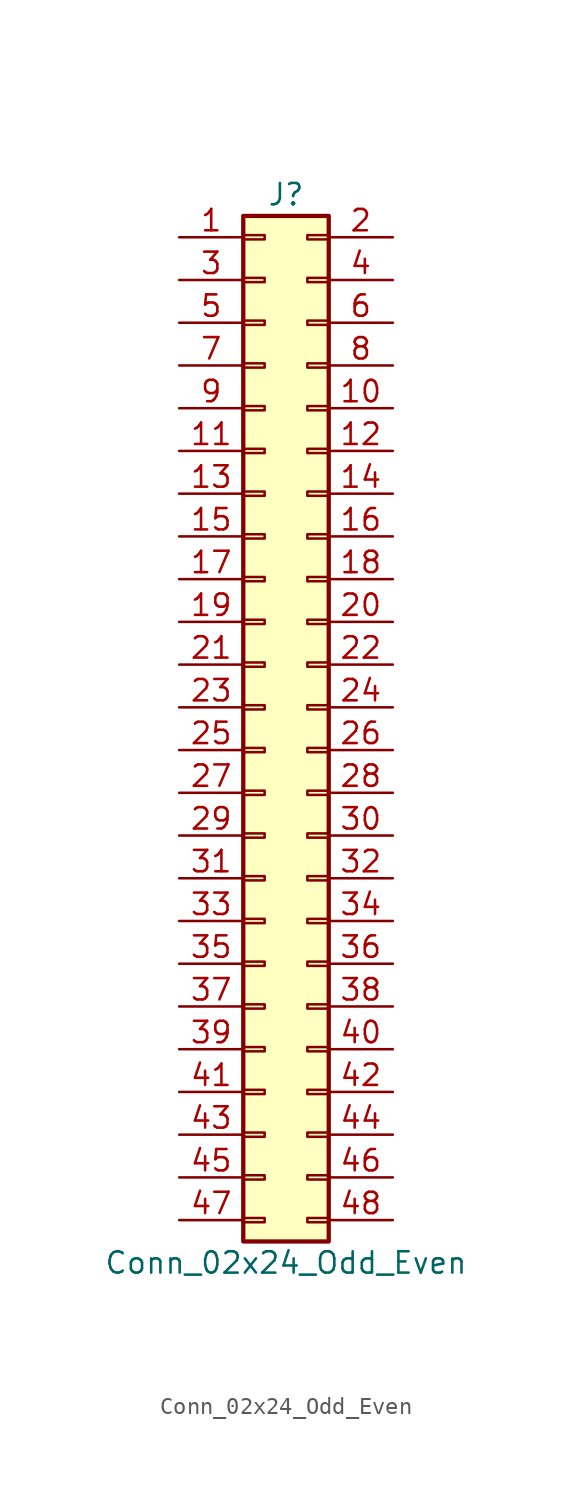
<source format=kicad_sym>
(kicad_symbol_lib
  (version 20211014)
  (generator kicad_symbol_editor)
  (symbol "Conn_02x24_Odd_Even"
    (pin_names
      (offset 1.016) hide)
    (property "Reference" "J"
      (at 1.27 30.48 0)
      (effects (font (size 1.27 1.27))))
    (property "Value" "Conn_02x24_Odd_Even"
      (at 1.27 -33.02 0)
      (effects (font (size 1.27 1.27))))
    (symbol "Conn_02x24_Odd_Even_1_1"
      (rectangle (start -1.27 -30.353) (end 0 -30.607) (stroke (width 0.152) (type default) (color 0 0 0 0)) (fill (type none)))
      (rectangle (start -1.27 -27.813) (end 0 -28.067) (stroke (width 0.152) (type default) (color 0 0 0 0)) (fill (type none)))
      (rectangle (start -1.27 -25.273) (end 0 -25.527) (stroke (width 0.152) (type default) (color 0 0 0 0)) (fill (type none)))
      (rectangle (start -1.27 -22.733) (end 0 -22.987) (stroke (width 0.152) (type default) (color 0 0 0 0)) (fill (type none)))
      (rectangle (start -1.27 -20.193) (end 0 -20.447) (stroke (width 0.152) (type default) (color 0 0 0 0)) (fill (type none)))
      (rectangle (start -1.27 -17.653) (end 0 -17.907) (stroke (width 0.152) (type default) (color 0 0 0 0)) (fill (type none)))
      (rectangle (start -1.27 -15.113) (end 0 -15.367) (stroke (width 0.152) (type default) (color 0 0 0 0)) (fill (type none)))
      (rectangle (start -1.27 -12.573) (end 0 -12.827) (stroke (width 0.152) (type default) (color 0 0 0 0)) (fill (type none)))
      (rectangle (start -1.27 -10.033) (end 0 -10.287) (stroke (width 0.152) (type default) (color 0 0 0 0)) (fill (type none)))
      (rectangle (start -1.27 -7.493) (end 0 -7.747) (stroke (width 0.152) (type default) (color 0 0 0 0)) (fill (type none)))
      (rectangle (start -1.27 -4.953) (end 0 -5.207) (stroke (width 0.152) (type default) (color 0 0 0 0)) (fill (type none)))
      (rectangle (start -1.27 -2.413) (end 0 -2.667) (stroke (width 0.152) (type default) (color 0 0 0 0)) (fill (type none)))
      (rectangle (start -1.27 0.127) (end 0 -0.127) (stroke (width 0.152) (type default) (color 0 0 0 0)) (fill (type none)))
      (rectangle (start -1.27 2.667) (end 0 2.413) (stroke (width 0.152) (type default) (color 0 0 0 0)) (fill (type none)))
      (rectangle (start -1.27 5.207) (end 0 4.953) (stroke (width 0.152) (type default) (color 0 0 0 0)) (fill (type none)))
      (rectangle (start -1.27 7.747) (end 0 7.493) (stroke (width 0.152) (type default) (color 0 0 0 0)) (fill (type none)))
      (rectangle (start -1.27 10.287) (end 0 10.033) (stroke (width 0.152) (type default) (color 0 0 0 0)) (fill (type none)))
      (rectangle (start -1.27 12.827) (end 0 12.573) (stroke (width 0.152) (type default) (color 0 0 0 0)) (fill (type none)))
      (rectangle (start -1.27 15.367) (end 0 15.113) (stroke (width 0.152) (type default) (color 0 0 0 0)) (fill (type none)))
      (rectangle (start -1.27 17.907) (end 0 17.653) (stroke (width 0.152) (type default) (color 0 0 0 0)) (fill (type none)))
      (rectangle (start -1.27 20.447) (end 0 20.193) (stroke (width 0.152) (type default) (color 0 0 0 0)) (fill (type none)))
      (rectangle (start -1.27 22.987) (end 0 22.733) (stroke (width 0.152) (type default) (color 0 0 0 0)) (fill (type none)))
      (rectangle (start -1.27 25.527) (end 0 25.273) (stroke (width 0.152) (type default) (color 0 0 0 0)) (fill (type none)))
      (rectangle (start -1.27 28.067) (end 0 27.813) (stroke (width 0.152) (type default) (color 0 0 0 0)) (fill (type none)))
      (rectangle (start -1.27 29.21) (end 3.81 -31.75) (stroke (width 0.254) (type default) (color 0 0 0 0)) (fill (type background)))
      (rectangle (start 3.81 -30.353) (end 2.54 -30.607) (stroke (width 0.152) (type default) (color 0 0 0 0)) (fill (type none)))
      (rectangle (start 3.81 -27.813) (end 2.54 -28.067) (stroke (width 0.152) (type default) (color 0 0 0 0)) (fill (type none)))
      (rectangle (start 3.81 -25.273) (end 2.54 -25.527) (stroke (width 0.152) (type default) (color 0 0 0 0)) (fill (type none)))
      (rectangle (start 3.81 -22.733) (end 2.54 -22.987) (stroke (width 0.152) (type default) (color 0 0 0 0)) (fill (type none)))
      (rectangle (start 3.81 -20.193) (end 2.54 -20.447) (stroke (width 0.152) (type default) (color 0 0 0 0)) (fill (type none)))
      (rectangle (start 3.81 -17.653) (end 2.54 -17.907) (stroke (width 0.152) (type default) (color 0 0 0 0)) (fill (type none)))
      (rectangle (start 3.81 -15.113) (end 2.54 -15.367) (stroke (width 0.152) (type default) (color 0 0 0 0)) (fill (type none)))
      (rectangle (start 3.81 -12.573) (end 2.54 -12.827) (stroke (width 0.152) (type default) (color 0 0 0 0)) (fill (type none)))
      (rectangle (start 3.81 -10.033) (end 2.54 -10.287) (stroke (width 0.152) (type default) (color 0 0 0 0)) (fill (type none)))
      (rectangle (start 3.81 -7.493) (end 2.54 -7.747) (stroke (width 0.152) (type default) (color 0 0 0 0)) (fill (type none)))
      (rectangle (start 3.81 -4.953) (end 2.54 -5.207) (stroke (width 0.152) (type default) (color 0 0 0 0)) (fill (type none)))
      (rectangle (start 3.81 -2.413) (end 2.54 -2.667) (stroke (width 0.152) (type default) (color 0 0 0 0)) (fill (type none)))
      (rectangle (start 3.81 0.127) (end 2.54 -0.127) (stroke (width 0.152) (type default) (color 0 0 0 0)) (fill (type none)))
      (rectangle (start 3.81 2.667) (end 2.54 2.413) (stroke (width 0.152) (type default) (color 0 0 0 0)) (fill (type none)))
      (rectangle (start 3.81 5.207) (end 2.54 4.953) (stroke (width 0.152) (type default) (color 0 0 0 0)) (fill (type none)))
      (rectangle (start 3.81 7.747) (end 2.54 7.493) (stroke (width 0.152) (type default) (color 0 0 0 0)) (fill (type none)))
      (rectangle (start 3.81 10.287) (end 2.54 10.033) (stroke (width 0.152) (type default) (color 0 0 0 0)) (fill (type none)))
      (rectangle (start 3.81 12.827) (end 2.54 12.573) (stroke (width 0.152) (type default) (color 0 0 0 0)) (fill (type none)))
      (rectangle (start 3.81 15.367) (end 2.54 15.113) (stroke (width 0.152) (type default) (color 0 0 0 0)) (fill (type none)))
      (rectangle (start 3.81 17.907) (end 2.54 17.653) (stroke (width 0.152) (type default) (color 0 0 0 0)) (fill (type none)))
      (rectangle (start 3.81 20.447) (end 2.54 20.193) (stroke (width 0.152) (type default) (color 0 0 0 0)) (fill (type none)))
      (rectangle (start 3.81 22.987) (end 2.54 22.733) (stroke (width 0.152) (type default) (color 0 0 0 0)) (fill (type none)))
      (rectangle (start 3.81 25.527) (end 2.54 25.273) (stroke (width 0.152) (type default) (color 0 0 0 0)) (fill (type none)))
      (rectangle (start 3.81 28.067) (end 2.54 27.813) (stroke (width 0.152) (type default) (color 0 0 0 0)) (fill (type none)))
      (pin passive line (at -5.08 27.94 0) (length 3.81) (name "Pin_1" (effects (font (size 1.27 1.27)))) (number "1" (effects (font (size 1.27 1.27)))))
      (pin passive line (at 7.62 17.78 180) (length 3.81) (name "Pin_10" (effects (font (size 1.27 1.27)))) (number "10" (effects (font (size 1.27 1.27)))))
      (pin passive line (at -5.08 15.24 0) (length 3.81) (name "Pin_11" (effects (font (size 1.27 1.27)))) (number "11" (effects (font (size 1.27 1.27)))))
      (pin passive line (at 7.62 15.24 180) (length 3.81) (name "Pin_12" (effects (font (size 1.27 1.27)))) (number "12" (effects (font (size 1.27 1.27)))))
      (pin passive line (at -5.08 12.7 0) (length 3.81) (name "Pin_13" (effects (font (size 1.27 1.27)))) (number "13" (effects (font (size 1.27 1.27)))))
      (pin passive line (at 7.62 12.7 180) (length 3.81) (name "Pin_14" (effects (font (size 1.27 1.27)))) (number "14" (effects (font (size 1.27 1.27)))))
      (pin passive line (at -5.08 10.16 0) (length 3.81) (name "Pin_15" (effects (font (size 1.27 1.27)))) (number "15" (effects (font (size 1.27 1.27)))))
      (pin passive line (at 7.62 10.16 180) (length 3.81) (name "Pin_16" (effects (font (size 1.27 1.27)))) (number "16" (effects (font (size 1.27 1.27)))))
      (pin passive line (at -5.08 7.62 0) (length 3.81) (name "Pin_17" (effects (font (size 1.27 1.27)))) (number "17" (effects (font (size 1.27 1.27)))))
      (pin passive line (at 7.62 7.62 180) (length 3.81) (name "Pin_18" (effects (font (size 1.27 1.27)))) (number "18" (effects (font (size 1.27 1.27)))))
      (pin passive line (at -5.08 5.08 0) (length 3.81) (name "Pin_19" (effects (font (size 1.27 1.27)))) (number "19" (effects (font (size 1.27 1.27)))))
      (pin passive line (at 7.62 27.94 180) (length 3.81) (name "Pin_2" (effects (font (size 1.27 1.27)))) (number "2" (effects (font (size 1.27 1.27)))))
      (pin passive line (at 7.62 5.08 180) (length 3.81) (name "Pin_20" (effects (font (size 1.27 1.27)))) (number "20" (effects (font (size 1.27 1.27)))))
      (pin passive line (at -5.08 2.54 0) (length 3.81) (name "Pin_21" (effects (font (size 1.27 1.27)))) (number "21" (effects (font (size 1.27 1.27)))))
      (pin passive line (at 7.62 2.54 180) (length 3.81) (name "Pin_22" (effects (font (size 1.27 1.27)))) (number "22" (effects (font (size 1.27 1.27)))))
      (pin passive line (at -5.08 0 0) (length 3.81) (name "Pin_23" (effects (font (size 1.27 1.27)))) (number "23" (effects (font (size 1.27 1.27)))))
      (pin passive line (at 7.62 0 180) (length 3.81) (name "Pin_24" (effects (font (size 1.27 1.27)))) (number "24" (effects (font (size 1.27 1.27)))))
      (pin passive line (at -5.08 -2.54 0) (length 3.81) (name "Pin_25" (effects (font (size 1.27 1.27)))) (number "25" (effects (font (size 1.27 1.27)))))
      (pin passive line (at 7.62 -2.54 180) (length 3.81) (name "Pin_26" (effects (font (size 1.27 1.27)))) (number "26" (effects (font (size 1.27 1.27)))))
      (pin passive line (at -5.08 -5.08 0) (length 3.81) (name "Pin_27" (effects (font (size 1.27 1.27)))) (number "27" (effects (font (size 1.27 1.27)))))
      (pin passive line (at 7.62 -5.08 180) (length 3.81) (name "Pin_28" (effects (font (size 1.27 1.27)))) (number "28" (effects (font (size 1.27 1.27)))))
      (pin passive line (at -5.08 -7.62 0) (length 3.81) (name "Pin_29" (effects (font (size 1.27 1.27)))) (number "29" (effects (font (size 1.27 1.27)))))
      (pin passive line (at -5.08 25.4 0) (length 3.81) (name "Pin_3" (effects (font (size 1.27 1.27)))) (number "3" (effects (font (size 1.27 1.27)))))
      (pin passive line (at 7.62 -7.62 180) (length 3.81) (name "Pin_30" (effects (font (size 1.27 1.27)))) (number "30" (effects (font (size 1.27 1.27)))))
      (pin passive line (at -5.08 -10.16 0) (length 3.81) (name "Pin_31" (effects (font (size 1.27 1.27)))) (number "31" (effects (font (size 1.27 1.27)))))
      (pin passive line (at 7.62 -10.16 180) (length 3.81) (name "Pin_32" (effects (font (size 1.27 1.27)))) (number "32" (effects (font (size 1.27 1.27)))))
      (pin passive line (at -5.08 -12.7 0) (length 3.81) (name "Pin_33" (effects (font (size 1.27 1.27)))) (number "33" (effects (font (size 1.27 1.27)))))
      (pin passive line (at 7.62 -12.7 180) (length 3.81) (name "Pin_34" (effects (font (size 1.27 1.27)))) (number "34" (effects (font (size 1.27 1.27)))))
      (pin passive line (at -5.08 -15.24 0) (length 3.81) (name "Pin_35" (effects (font (size 1.27 1.27)))) (number "35" (effects (font (size 1.27 1.27)))))
      (pin passive line (at 7.62 -15.24 180) (length 3.81) (name "Pin_36" (effects (font (size 1.27 1.27)))) (number "36" (effects (font (size 1.27 1.27)))))
      (pin passive line (at -5.08 -17.78 0) (length 3.81) (name "Pin_37" (effects (font (size 1.27 1.27)))) (number "37" (effects (font (size 1.27 1.27)))))
      (pin passive line (at 7.62 -17.78 180) (length 3.81) (name "Pin_38" (effects (font (size 1.27 1.27)))) (number "38" (effects (font (size 1.27 1.27)))))
      (pin passive line (at -5.08 -20.32 0) (length 3.81) (name "Pin_39" (effects (font (size 1.27 1.27)))) (number "39" (effects (font (size 1.27 1.27)))))
      (pin passive line (at 7.62 25.4 180) (length 3.81) (name "Pin_4" (effects (font (size 1.27 1.27)))) (number "4" (effects (font (size 1.27 1.27)))))
      (pin passive line (at 7.62 -20.32 180) (length 3.81) (name "Pin_40" (effects (font (size 1.27 1.27)))) (number "40" (effects (font (size 1.27 1.27)))))
      (pin passive line (at -5.08 -22.86 0) (length 3.81) (name "Pin_41" (effects (font (size 1.27 1.27)))) (number "41" (effects (font (size 1.27 1.27)))))
      (pin passive line (at 7.62 -22.86 180) (length 3.81) (name "Pin_42" (effects (font (size 1.27 1.27)))) (number "42" (effects (font (size 1.27 1.27)))))
      (pin passive line (at -5.08 -25.4 0) (length 3.81) (name "Pin_43" (effects (font (size 1.27 1.27)))) (number "43" (effects (font (size 1.27 1.27)))))
      (pin passive line (at 7.62 -25.4 180) (length 3.81) (name "Pin_44" (effects (font (size 1.27 1.27)))) (number "44" (effects (font (size 1.27 1.27)))))
      (pin passive line (at -5.08 -27.94 0) (length 3.81) (name "Pin_45" (effects (font (size 1.27 1.27)))) (number "45" (effects (font (size 1.27 1.27)))))
      (pin passive line (at 7.62 -27.94 180) (length 3.81) (name "Pin_46" (effects (font (size 1.27 1.27)))) (number "46" (effects (font (size 1.27 1.27)))))
      (pin passive line (at -5.08 -30.48 0) (length 3.81) (name "Pin_47" (effects (font (size 1.27 1.27)))) (number "47" (effects (font (size 1.27 1.27)))))
      (pin passive line (at 7.62 -30.48 180) (length 3.81) (name "Pin_48" (effects (font (size 1.27 1.27)))) (number "48" (effects (font (size 1.27 1.27)))))
      (pin passive line (at -5.08 22.86 0) (length 3.81) (name "Pin_5" (effects (font (size 1.27 1.27)))) (number "5" (effects (font (size 1.27 1.27)))))
      (pin passive line (at 7.62 22.86 180) (length 3.81) (name "Pin_6" (effects (font (size 1.27 1.27)))) (number "6" (effects (font (size 1.27 1.27)))))
      (pin passive line (at -5.08 20.32 0) (length 3.81) (name "Pin_7" (effects (font (size 1.27 1.27)))) (number "7" (effects (font (size 1.27 1.27)))))
      (pin passive line (at 7.62 20.32 180) (length 3.81) (name "Pin_8" (effects (font (size 1.27 1.27)))) (number "8" (effects (font (size 1.27 1.27)))))
      (pin passive line (at -5.08 17.78 0) (length 3.81) (name "Pin_9" (effects (font (size 1.27 1.27)))) (number "9" (effects (font (size 1.27 1.27))))))))
</source>
